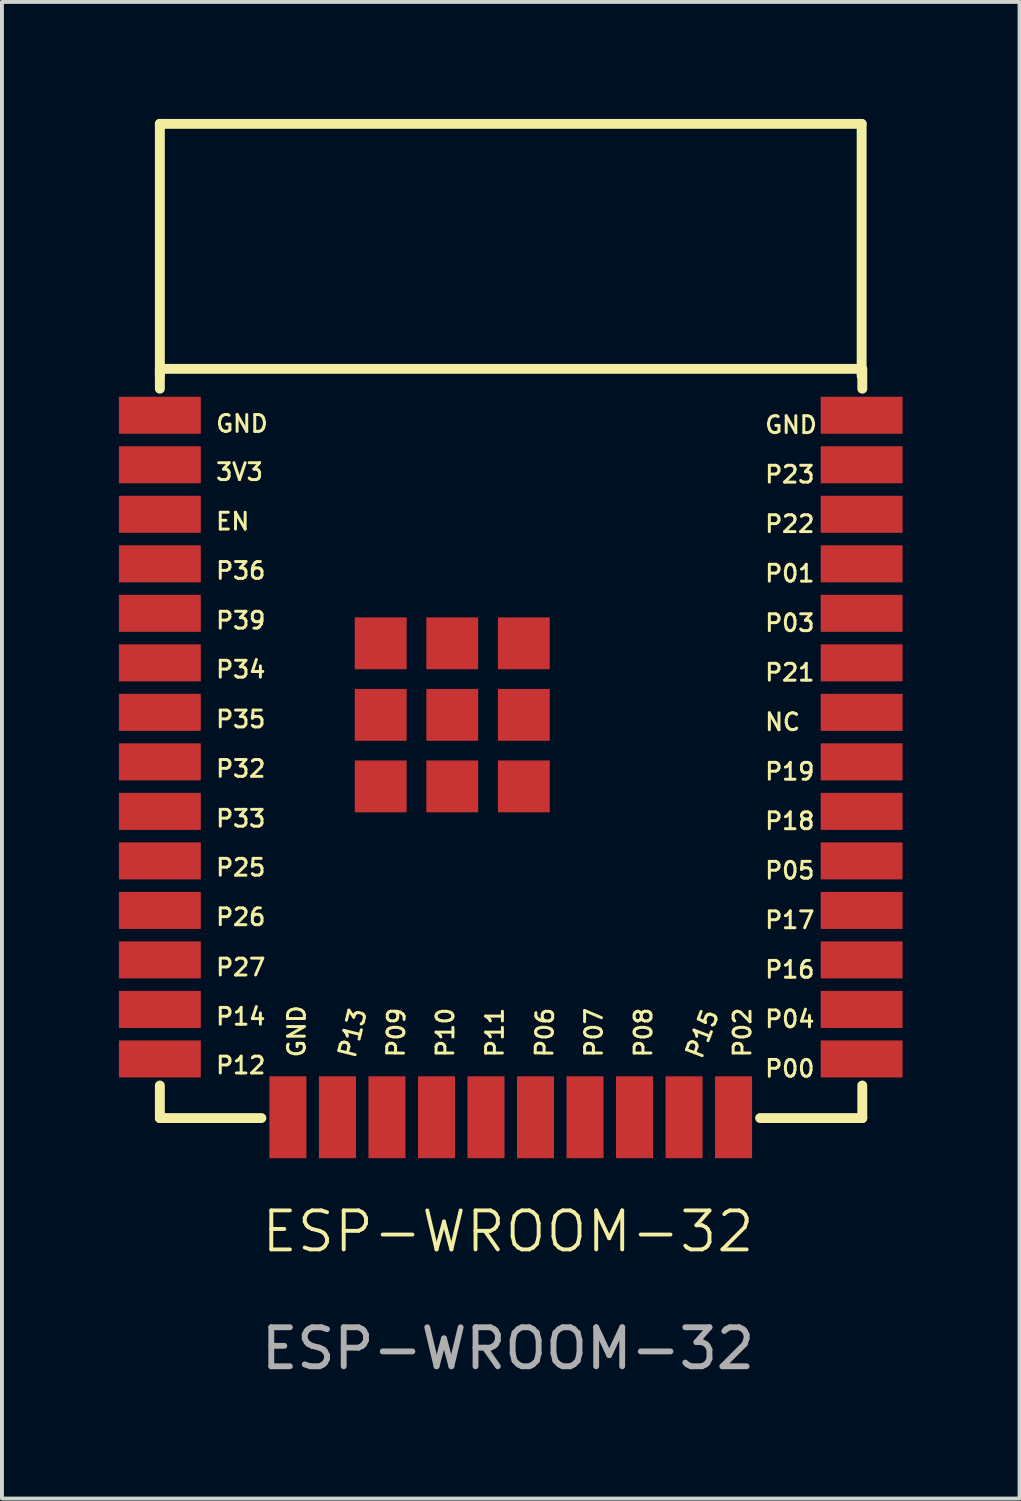
<source format=kicad_pcb>
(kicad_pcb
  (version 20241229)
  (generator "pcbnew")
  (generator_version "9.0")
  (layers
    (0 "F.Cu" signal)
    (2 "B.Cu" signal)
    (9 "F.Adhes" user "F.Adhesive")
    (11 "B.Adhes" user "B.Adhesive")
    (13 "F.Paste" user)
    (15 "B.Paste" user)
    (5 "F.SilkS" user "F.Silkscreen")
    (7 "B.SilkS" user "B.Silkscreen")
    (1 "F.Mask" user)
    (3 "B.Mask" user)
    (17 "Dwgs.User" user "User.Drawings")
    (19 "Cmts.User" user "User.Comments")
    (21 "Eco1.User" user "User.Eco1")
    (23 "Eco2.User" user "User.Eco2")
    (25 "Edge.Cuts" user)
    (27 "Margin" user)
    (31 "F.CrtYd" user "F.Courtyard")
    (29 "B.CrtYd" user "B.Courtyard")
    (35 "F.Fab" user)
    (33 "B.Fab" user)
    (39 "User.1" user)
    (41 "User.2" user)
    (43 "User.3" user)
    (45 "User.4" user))
  (footprint "ESP-WROOM-32"
    (layer "F.Cu")
    (at 10.05 13.318)
    (property "Reference" "ESP-WROOM-32" (at -0.07 15.22 0) (unlocked yes) (layer "F.SilkS") (effects (font (size 1 1) (thickness 0.1))))
    (attr smd)
    (fp_line (start -9 -13.191) (end 9 -13.191) (stroke (width 0.254) (type solid)) (layer "F.SilkS"))
    (fp_line (start -9 -6.907) (end 9 -6.907) (stroke (width 0.254) (type solid)) (layer "F.SilkS"))
    (fp_line (start -9 -6.741) (end -9 -13.191) (stroke (width 0.254) (type solid)) (layer "F.SilkS"))
    (fp_line (start -9 -6.398) (end -9 -6.907) (stroke (width 0.254) (type solid)) (layer "F.SilkS"))
    (fp_line (start -9 12.309) (end -9 11.474) (stroke (width 0.254) (type solid)) (layer "F.SilkS"))
    (fp_line (start -9 12.309) (end -6.396 12.309) (stroke (width 0.254) (type solid)) (layer "F.SilkS"))
    (fp_line (start 6.396 12.309) (end 9.017 12.309) (stroke (width 0.254) (type solid)) (layer "F.SilkS"))
    (fp_line (start 9 -6.725) (end 9 -13.191) (stroke (width 0.254) (type solid)) (layer "F.SilkS"))
    (fp_line (start 9.017 -6.398) (end 9.017 -6.907) (stroke (width 0.254) (type solid)) (layer "F.SilkS"))
    (fp_line (start 9.017 12.309) (end 9.017 11.474) (stroke (width 0.254) (type solid)) (layer "F.SilkS"))
    (fp_circle (center -5.317 -5.749) (end -5.317 -6.149) (stroke (width 0.8) (type solid)) (fill no) (layer "Eco1.User"))
    (fp_text user "P36" (at -7.603 -1.477 0) (unlocked yes) (layer "F.SilkS") (effects (font (size 0.432 0.432) (thickness 0.076)) (justify left bottom)))
    (fp_text user "P13" (at -3.973 10.845 76) (unlocked yes) (layer "F.SilkS") (effects (font (size 0.432 0.432) (thickness 0.076)) (justify left bottom)))
    (fp_text user "P03" (at 6.48 -0.136 0) (unlocked yes) (layer "F.SilkS") (effects (font (size 0.432 0.432) (thickness 0.076)) (justify left bottom)))
    (fp_text user "GND" (at -5.237 10.793 90) (unlocked yes) (layer "F.SilkS") (effects (font (size 0.432 0.432) (thickness 0.076)) (justify left bottom)))
    (fp_text user "P01" (at 6.48 -1.406 0) (unlocked yes) (layer "F.SilkS") (effects (font (size 0.432 0.432) (thickness 0.076)) (justify left bottom)))
    (fp_text user "P19" (at 6.48 3.674 0) (unlocked yes) (layer "F.SilkS") (effects (font (size 0.432 0.432) (thickness 0.076)) (justify left bottom)))
    (fp_text user "P27" (at -7.603 8.696 0) (unlocked yes) (layer "F.SilkS") (effects (font (size 0.432 0.432) (thickness 0.076)) (justify left bottom)))
    (fp_text user "P22" (at 6.48 -2.676 0) (unlocked yes) (layer "F.SilkS") (effects (font (size 0.432 0.432) (thickness 0.076)) (justify left bottom)))
    (fp_text user "P02" (at 6.193 10.793 90) (unlocked yes) (layer "F.SilkS") (effects (font (size 0.432 0.432) (thickness 0.076)) (justify left bottom)))
    (fp_text user "P12" (at -7.603 11.209 0) (unlocked yes) (layer "F.SilkS") (effects (font (size 0.432 0.432) (thickness 0.076)) (justify left bottom)))
    (fp_text user "P10" (at -1.427 10.793 90) (unlocked yes) (layer "F.SilkS") (effects (font (size 0.432 0.432) (thickness 0.076)) (justify left bottom)))
    (fp_text user "P18" (at 6.48 4.944 0) (unlocked yes) (layer "F.SilkS") (effects (font (size 0.432 0.432) (thickness 0.076)) (justify left bottom)))
    (fp_text user "P26" (at -7.603 7.406 0) (unlocked yes) (layer "F.SilkS") (effects (font (size 0.432 0.432) (thickness 0.076)) (justify left bottom)))
    (fp_text user "NC" (at 6.48 2.404 0) (unlocked yes) (layer "F.SilkS") (effects (font (size 0.432 0.432) (thickness 0.076)) (justify left bottom)))
    (fp_text user "GND" (at 6.48 -5.216 0) (unlocked yes) (layer "F.SilkS") (effects (font (size 0.432 0.432) (thickness 0.076)) (justify left bottom)))
    (fp_text user "P14" (at -7.603 9.959 0) (unlocked yes) (layer "F.SilkS") (effects (font (size 0.432 0.432) (thickness 0.076)) (justify left bottom)))
    (fp_text user "P11" (at -0.157 10.793 90) (unlocked yes) (layer "F.SilkS") (effects (font (size 0.432 0.432) (thickness 0.076)) (justify left bottom)))
    (fp_text user "P15" (at 4.909 10.87 69) (unlocked yes) (layer "F.SilkS") (effects (font (size 0.432 0.432) (thickness 0.076)) (justify left bottom)))
    (fp_text user "P07" (at 2.383 10.793 90) (unlocked yes) (layer "F.SilkS") (effects (font (size 0.432 0.432) (thickness 0.076)) (justify left bottom)))
    (fp_text user "GND" (at -7.603 -5.247 0) (unlocked yes) (layer "F.SilkS") (effects (font (size 0.432 0.432) (thickness 0.076)) (justify left bottom)))
    (fp_text user "P05" (at 6.48 6.214 0) (unlocked yes) (layer "F.SilkS") (effects (font (size 0.432 0.432) (thickness 0.076)) (justify left bottom)))
    (fp_text user "3V3" (at -7.603 -4.011 0) (unlocked yes) (layer "F.SilkS") (effects (font (size 0.432 0.432) (thickness 0.076)) (justify left bottom)))
    (fp_text user "P04" (at 6.48 10.024 0) (unlocked yes) (layer "F.SilkS") (effects (font (size 0.432 0.432) (thickness 0.076)) (justify left bottom)))
    (fp_text user "P00" (at 6.48 11.294 0) (unlocked yes) (layer "F.SilkS") (effects (font (size 0.432 0.432) (thickness 0.076)) (justify left bottom)))
    (fp_text user "P25" (at -7.603 6.136 0) (unlocked yes) (layer "F.SilkS") (effects (font (size 0.432 0.432) (thickness 0.076)) (justify left bottom)))
    (fp_text user "P23" (at 6.48 -3.946 0) (unlocked yes) (layer "F.SilkS") (effects (font (size 0.432 0.432) (thickness 0.076)) (justify left bottom)))
    (fp_text user "P21" (at 6.48 1.134 0) (unlocked yes) (layer "F.SilkS") (effects (font (size 0.432 0.432) (thickness 0.076)) (justify left bottom)))
    (fp_text user "P09" (at -2.697 10.797 89) (unlocked yes) (layer "F.SilkS") (effects (font (size 0.432 0.432) (thickness 0.076)) (justify left bottom)))
    (fp_text user "P34" (at -7.603 1.056 0) (unlocked yes) (layer "F.SilkS") (effects (font (size 0.432 0.432) (thickness 0.076)) (justify left bottom)))
    (fp_text user "P06" (at 1.113 10.797 89) (unlocked yes) (layer "F.SilkS") (effects (font (size 0.432 0.432) (thickness 0.076)) (justify left bottom)))
    (fp_text user "P32" (at -7.603 3.601 0) (unlocked yes) (layer "F.SilkS") (effects (font (size 0.432 0.432) (thickness 0.076)) (justify left bottom)))
    (fp_text user "EN" (at -7.603 -2.741 0) (unlocked yes) (layer "F.SilkS") (effects (font (size 0.432 0.432) (thickness 0.076)) (justify left bottom)))
    (fp_text user "P16" (at 6.48 8.754 0) (unlocked yes) (layer "F.SilkS") (effects (font (size 0.432 0.432) (thickness 0.076)) (justify left bottom)))
    (fp_text user "P35" (at -7.603 2.333 0) (unlocked yes) (layer "F.SilkS") (effects (font (size 0.432 0.432) (thickness 0.076)) (justify left bottom)))
    (fp_text user "P17" (at 6.48 7.484 0) (unlocked yes) (layer "F.SilkS") (effects (font (size 0.432 0.432) (thickness 0.076)) (justify left bottom)))
    (fp_text user "P33" (at -7.603 4.879 0) (unlocked yes) (layer "F.SilkS") (effects (font (size 0.432 0.432) (thickness 0.076)) (justify left bottom)))
    (fp_text user "P39" (at -7.603 -0.201 0) (unlocked yes) (layer "F.SilkS") (effects (font (size 0.432 0.432) (thickness 0.076)) (justify left bottom)))
    (fp_text user "P08" (at 3.653 10.793 90) (unlocked yes) (layer "F.SilkS") (effects (font (size 0.432 0.432) (thickness 0.076)) (justify left bottom)))
    (fp_text user "${REFERENCE}" (at -0.07 18.22 0) (unlocked yes) (layer "F.Fab") (effects (font (size 1 1) (thickness 0.15))))
    (pad "1" smd rect (at -9 -5.717 270) (size 0.95 2.1) (layers "F.Cu" "F.Mask" "F.Paste"))
    (pad "2" smd rect (at -9 -4.447 270) (size 0.95 2.1) (layers "F.Cu" "F.Mask" "F.Paste"))
    (pad "3" smd rect (at -9 -3.177 270) (size 0.95 2.1) (layers "F.Cu" "F.Mask" "F.Paste"))
    (pad "4" smd rect (at -9 -1.907 270) (size 0.95 2.1) (layers "F.Cu" "F.Mask" "F.Paste"))
    (pad "5" smd rect (at -9 -0.637 270) (size 0.95 2.1) (layers "F.Cu" "F.Mask" "F.Paste"))
    (pad "6" smd rect (at -9 0.633 270) (size 0.95 2.1) (layers "F.Cu" "F.Mask" "F.Paste"))
    (pad "7" smd rect (at -9 1.903 270) (size 0.95 2.1) (layers "F.Cu" "F.Mask" "F.Paste"))
    (pad "8" smd rect (at -9 3.173 270) (size 0.95 2.1) (layers "F.Cu" "F.Mask" "F.Paste"))
    (pad "9" smd rect (at -9 4.443 270) (size 0.95 2.1) (layers "F.Cu" "F.Mask" "F.Paste"))
    (pad "10" smd rect (at -9 5.713 270) (size 0.95 2.1) (layers "F.Cu" "F.Mask" "F.Paste"))
    (pad "11" smd rect (at -9 6.983 270) (size 0.95 2.1) (layers "F.Cu" "F.Mask" "F.Paste"))
    (pad "12" smd rect (at -9 8.253 270) (size 0.95 2.1) (layers "F.Cu" "F.Mask" "F.Paste"))
    (pad "13" smd rect (at -9 9.523 270) (size 0.95 2.1) (layers "F.Cu" "F.Mask" "F.Paste"))
    (pad "14" smd rect (at -9 10.793 270) (size 0.95 2.1) (layers "F.Cu" "F.Mask" "F.Paste"))
    (pad "15" smd rect (at -5.715 12.288 270) (size 2.1 0.95) (layers "F.Cu" "F.Mask" "F.Paste"))
    (pad "16" smd rect (at -4.445 12.288 270) (size 2.1 0.95) (layers "F.Cu" "F.Mask" "F.Paste"))
    (pad "17" smd rect (at -3.175 12.288 270) (size 2.1 0.95) (layers "F.Cu" "F.Mask" "F.Paste"))
    (pad "18" smd rect (at -1.905 12.288 270) (size 2.1 0.95) (layers "F.Cu" "F.Mask" "F.Paste"))
    (pad "19" smd rect (at -0.635 12.288 270) (size 2.1 0.95) (layers "F.Cu" "F.Mask" "F.Paste"))
    (pad "20" smd rect (at 0.635 12.288 270) (size 2.1 0.95) (layers "F.Cu" "F.Mask" "F.Paste"))
    (pad "21" smd rect (at 1.905 12.288 270) (size 2.1 0.95) (layers "F.Cu" "F.Mask" "F.Paste"))
    (pad "22" smd rect (at 3.175 12.288 270) (size 2.1 0.95) (layers "F.Cu" "F.Mask" "F.Paste"))
    (pad "23" smd rect (at 4.445 12.288 270) (size 2.1 0.95) (layers "F.Cu" "F.Mask" "F.Paste"))
    (pad "24" smd rect (at 5.715 12.288 270) (size 2.1 0.95) (layers "F.Cu" "F.Mask" "F.Paste"))
    (pad "25" smd rect (at 9 10.793 270) (size 0.95 2.1) (layers "F.Cu" "F.Mask" "F.Paste"))
    (pad "26" smd rect (at 9 9.523 270) (size 0.95 2.1) (layers "F.Cu" "F.Mask" "F.Paste"))
    (pad "27" smd rect (at 9 8.253 270) (size 0.95 2.1) (layers "F.Cu" "F.Mask" "F.Paste"))
    (pad "28" smd rect (at 9 6.983 270) (size 0.95 2.1) (layers "F.Cu" "F.Mask" "F.Paste"))
    (pad "29" smd rect (at 9 5.713 270) (size 0.95 2.1) (layers "F.Cu" "F.Mask" "F.Paste"))
    (pad "30" smd rect (at 9 4.443 270) (size 0.95 2.1) (layers "F.Cu" "F.Mask" "F.Paste"))
    (pad "31" smd rect (at 9 3.173 270) (size 0.95 2.1) (layers "F.Cu" "F.Mask" "F.Paste"))
    (pad "32" smd rect (at 9 1.903 270) (size 0.95 2.1) (layers "F.Cu" "F.Mask" "F.Paste"))
    (pad "33" smd rect (at 9 0.633 270) (size 0.95 2.1) (layers "F.Cu" "F.Mask" "F.Paste"))
    (pad "34" smd rect (at 9 -0.637 270) (size 0.95 2.1) (layers "F.Cu" "F.Mask" "F.Paste"))
    (pad "35" smd rect (at 9 -1.907 270) (size 0.95 2.1) (layers "F.Cu" "F.Mask" "F.Paste"))
    (pad "36" smd rect (at 9 -3.177 270) (size 0.95 2.1) (layers "F.Cu" "F.Mask" "F.Paste"))
    (pad "37" smd rect (at 9 -4.447 270) (size 0.95 2.1) (layers "F.Cu" "F.Mask" "F.Paste"))
    (pad "38" smd rect (at 9 -5.717 270) (size 0.95 2.1) (layers "F.Cu" "F.Mask" "F.Paste"))
    (pad "39" smd rect (at -3.335 0.132 90) (size 1.33 1.33) (layers "F.Cu" "F.Mask" "F.Paste"))
    (pad "39" smd rect (at -3.335 1.967 90) (size 1.33 1.33) (layers "F.Cu" "F.Mask" "F.Paste"))
    (pad "39" smd rect (at -3.335 3.802 90) (size 1.33 1.33) (layers "F.Cu" "F.Mask" "F.Paste"))
    (pad "39" smd rect (at -1.5 0.132 90) (size 1.33 1.33) (layers "F.Cu" "F.Mask" "F.Paste"))
    (pad "39" smd rect (at -1.5 3.802 90) (size 1.33 1.33) (layers "F.Cu" "F.Mask" "F.Paste"))
    (pad "39" smd rect (at -1.5 1.967 90) (size 1.33 1.33) (layers "F.Cu" "F.Mask" "F.Paste"))
    (pad "39" smd rect (at 0.335 3.802 90) (size 1.33 1.33) (layers "F.Cu" "F.Mask" "F.Paste"))
    (pad "39" smd rect (at 0.335 0.132 90) (size 1.33 1.33) (layers "F.Cu" "F.Mask" "F.Paste"))
    (pad "39" smd rect (at 0.335 1.967 90) (size 1.33 1.33) (layers "F.Cu" "F.Mask" "F.Paste")))
  (gr_rect
    (start -3 -3)
    (end 23.1 35.386)
    (stroke (width 0.1) (type default))
    (fill no)
    (layer "Edge.Cuts")))
</source>
